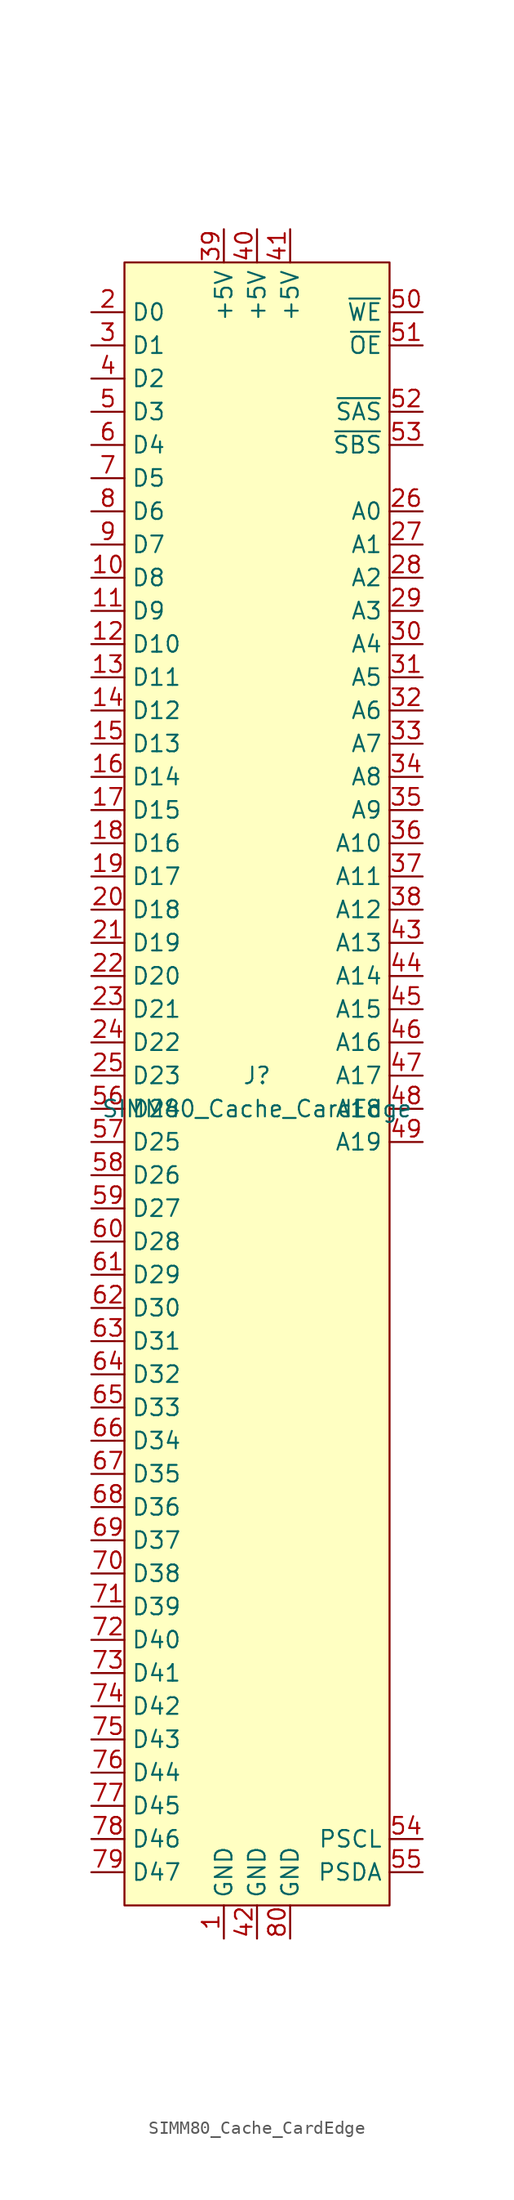
<source format=kicad_sym>
(kicad_symbol_lib
  (version 20220914)
  (generator kicad_symbol_editor)
  (symbol "SIMM80_Cache_CardEdge"
    (property "Reference" "J"
      (at 0 1.27 0)
      (effects (font (size 1.27 1.27))))
    (property "Value" "SIMM80_Cache_CardEdge"
      (at 0 -1.27 0)
      (effects (font (size 1.27 1.27))))
    (symbol "SIMM80_Cache_CardEdge_0_0"
      (pin power_out line (at -2.54 -64.77 90) (length 2.54) (name "GND" (effects (font (size 1.27 1.27)))) (number "1" (effects (font (size 1.27 1.27)))))
      (pin bidirectional line (at -12.7 39.37 0) (length 2.54) (name "D8" (effects (font (size 1.27 1.27)))) (number "10" (effects (font (size 1.27 1.27)))))
      (pin bidirectional line (at -12.7 36.83 0) (length 2.54) (name "D9" (effects (font (size 1.27 1.27)))) (number "11" (effects (font (size 1.27 1.27)))))
      (pin bidirectional line (at -12.7 34.29 0) (length 2.54) (name "D10" (effects (font (size 1.27 1.27)))) (number "12" (effects (font (size 1.27 1.27)))))
      (pin bidirectional line (at -12.7 31.75 0) (length 2.54) (name "D11" (effects (font (size 1.27 1.27)))) (number "13" (effects (font (size 1.27 1.27)))))
      (pin bidirectional line (at -12.7 29.21 0) (length 2.54) (name "D12" (effects (font (size 1.27 1.27)))) (number "14" (effects (font (size 1.27 1.27)))))
      (pin bidirectional line (at -12.7 26.67 0) (length 2.54) (name "D13" (effects (font (size 1.27 1.27)))) (number "15" (effects (font (size 1.27 1.27)))))
      (pin bidirectional line (at -12.7 24.13 0) (length 2.54) (name "D14" (effects (font (size 1.27 1.27)))) (number "16" (effects (font (size 1.27 1.27)))))
      (pin bidirectional line (at -12.7 21.59 0) (length 2.54) (name "D15" (effects (font (size 1.27 1.27)))) (number "17" (effects (font (size 1.27 1.27)))))
      (pin bidirectional line (at -12.7 19.05 0) (length 2.54) (name "D16" (effects (font (size 1.27 1.27)))) (number "18" (effects (font (size 1.27 1.27)))))
      (pin bidirectional line (at -12.7 16.51 0) (length 2.54) (name "D17" (effects (font (size 1.27 1.27)))) (number "19" (effects (font (size 1.27 1.27)))))
      (pin bidirectional line (at -12.7 59.69 0) (length 2.54) (name "D0" (effects (font (size 1.27 1.27)))) (number "2" (effects (font (size 1.27 1.27)))))
      (pin bidirectional line (at -12.7 13.97 0) (length 2.54) (name "D18" (effects (font (size 1.27 1.27)))) (number "20" (effects (font (size 1.27 1.27)))))
      (pin bidirectional line (at -12.7 11.43 0) (length 2.54) (name "D19" (effects (font (size 1.27 1.27)))) (number "21" (effects (font (size 1.27 1.27)))))
      (pin bidirectional line (at -12.7 8.89 0) (length 2.54) (name "D20" (effects (font (size 1.27 1.27)))) (number "22" (effects (font (size 1.27 1.27)))))
      (pin bidirectional line (at -12.7 6.35 0) (length 2.54) (name "D21" (effects (font (size 1.27 1.27)))) (number "23" (effects (font (size 1.27 1.27)))))
      (pin bidirectional line (at -12.7 3.81 0) (length 2.54) (name "D22" (effects (font (size 1.27 1.27)))) (number "24" (effects (font (size 1.27 1.27)))))
      (pin bidirectional line (at -12.7 1.27 0) (length 2.54) (name "D23" (effects (font (size 1.27 1.27)))) (number "25" (effects (font (size 1.27 1.27)))))
      (pin output line (at 12.7 44.45 180) (length 2.54) (name "A0" (effects (font (size 1.27 1.27)))) (number "26" (effects (font (size 1.27 1.27)))))
      (pin output line (at 12.7 41.91 180) (length 2.54) (name "A1" (effects (font (size 1.27 1.27)))) (number "27" (effects (font (size 1.27 1.27)))))
      (pin output line (at 12.7 39.37 180) (length 2.54) (name "A2" (effects (font (size 1.27 1.27)))) (number "28" (effects (font (size 1.27 1.27)))))
      (pin output line (at 12.7 36.83 180) (length 2.54) (name "A3" (effects (font (size 1.27 1.27)))) (number "29" (effects (font (size 1.27 1.27)))))
      (pin bidirectional line (at -12.7 57.15 0) (length 2.54) (name "D1" (effects (font (size 1.27 1.27)))) (number "3" (effects (font (size 1.27 1.27)))))
      (pin output line (at 12.7 34.29 180) (length 2.54) (name "A4" (effects (font (size 1.27 1.27)))) (number "30" (effects (font (size 1.27 1.27)))))
      (pin output line (at 12.7 31.75 180) (length 2.54) (name "A5" (effects (font (size 1.27 1.27)))) (number "31" (effects (font (size 1.27 1.27)))))
      (pin output line (at 12.7 29.21 180) (length 2.54) (name "A6" (effects (font (size 1.27 1.27)))) (number "32" (effects (font (size 1.27 1.27)))))
      (pin output line (at 12.7 26.67 180) (length 2.54) (name "A7" (effects (font (size 1.27 1.27)))) (number "33" (effects (font (size 1.27 1.27)))))
      (pin output line (at 12.7 24.13 180) (length 2.54) (name "A8" (effects (font (size 1.27 1.27)))) (number "34" (effects (font (size 1.27 1.27)))))
      (pin output line (at 12.7 21.59 180) (length 2.54) (name "A9" (effects (font (size 1.27 1.27)))) (number "35" (effects (font (size 1.27 1.27)))))
      (pin output line (at 12.7 19.05 180) (length 2.54) (name "A10" (effects (font (size 1.27 1.27)))) (number "36" (effects (font (size 1.27 1.27)))))
      (pin output line (at 12.7 16.51 180) (length 2.54) (name "A11" (effects (font (size 1.27 1.27)))) (number "37" (effects (font (size 1.27 1.27)))))
      (pin output line (at 12.7 13.97 180) (length 2.54) (name "A12" (effects (font (size 1.27 1.27)))) (number "38" (effects (font (size 1.27 1.27)))))
      (pin power_out line (at -2.54 66.04 270) (length 2.54) (name "+5V" (effects (font (size 1.27 1.27)))) (number "39" (effects (font (size 1.27 1.27)))))
      (pin bidirectional line (at -12.7 54.61 0) (length 2.54) (name "D2" (effects (font (size 1.27 1.27)))) (number "4" (effects (font (size 1.27 1.27)))))
      (pin power_out line (at 0 66.04 270) (length 2.54) (name "+5V" (effects (font (size 1.27 1.27)))) (number "40" (effects (font (size 1.27 1.27)))))
      (pin power_out line (at 2.54 66.04 270) (length 2.54) (name "+5V" (effects (font (size 1.27 1.27)))) (number "41" (effects (font (size 1.27 1.27)))))
      (pin power_in line (at 0 -64.77 90) (length 2.54) (name "GND" (effects (font (size 1.27 1.27)))) (number "42" (effects (font (size 1.27 1.27)))))
      (pin output line (at 12.7 11.43 180) (length 2.54) (name "A13" (effects (font (size 1.27 1.27)))) (number "43" (effects (font (size 1.27 1.27)))))
      (pin bidirectional line (at -12.7 52.07 0) (length 2.54) (name "D3" (effects (font (size 1.27 1.27)))) (number "5" (effects (font (size 1.27 1.27)))))
      (pin bidirectional line (at -12.7 -1.27 0) (length 2.54) (name "D24" (effects (font (size 1.27 1.27)))) (number "56" (effects (font (size 1.27 1.27)))))
      (pin bidirectional line (at -12.7 -3.81 0) (length 2.54) (name "D25" (effects (font (size 1.27 1.27)))) (number "57" (effects (font (size 1.27 1.27)))))
      (pin bidirectional line (at -12.7 -6.35 0) (length 2.54) (name "D26" (effects (font (size 1.27 1.27)))) (number "58" (effects (font (size 1.27 1.27)))))
      (pin bidirectional line (at -12.7 -8.89 0) (length 2.54) (name "D27" (effects (font (size 1.27 1.27)))) (number "59" (effects (font (size 1.27 1.27)))))
      (pin bidirectional line (at -12.7 49.53 0) (length 2.54) (name "D4" (effects (font (size 1.27 1.27)))) (number "6" (effects (font (size 1.27 1.27)))))
      (pin bidirectional line (at -12.7 -11.43 0) (length 2.54) (name "D28" (effects (font (size 1.27 1.27)))) (number "60" (effects (font (size 1.27 1.27)))))
      (pin bidirectional line (at -12.7 -13.97 0) (length 2.54) (name "D29" (effects (font (size 1.27 1.27)))) (number "61" (effects (font (size 1.27 1.27)))))
      (pin bidirectional line (at -12.7 -16.51 0) (length 2.54) (name "D30" (effects (font (size 1.27 1.27)))) (number "62" (effects (font (size 1.27 1.27)))))
      (pin bidirectional line (at -12.7 -19.05 0) (length 2.54) (name "D31" (effects (font (size 1.27 1.27)))) (number "63" (effects (font (size 1.27 1.27)))))
      (pin bidirectional line (at -12.7 -21.59 0) (length 2.54) (name "D32" (effects (font (size 1.27 1.27)))) (number "64" (effects (font (size 1.27 1.27)))))
      (pin bidirectional line (at -12.7 -24.13 0) (length 2.54) (name "D33" (effects (font (size 1.27 1.27)))) (number "65" (effects (font (size 1.27 1.27)))))
      (pin bidirectional line (at -12.7 -26.67 0) (length 2.54) (name "D34" (effects (font (size 1.27 1.27)))) (number "66" (effects (font (size 1.27 1.27)))))
      (pin bidirectional line (at -12.7 -29.21 0) (length 2.54) (name "D35" (effects (font (size 1.27 1.27)))) (number "67" (effects (font (size 1.27 1.27)))))
      (pin bidirectional line (at -12.7 -31.75 0) (length 2.54) (name "D36" (effects (font (size 1.27 1.27)))) (number "68" (effects (font (size 1.27 1.27)))))
      (pin bidirectional line (at -12.7 -34.29 0) (length 2.54) (name "D37" (effects (font (size 1.27 1.27)))) (number "69" (effects (font (size 1.27 1.27)))))
      (pin bidirectional line (at -12.7 46.99 0) (length 2.54) (name "D5" (effects (font (size 1.27 1.27)))) (number "7" (effects (font (size 1.27 1.27)))))
      (pin bidirectional line (at -12.7 -36.83 0) (length 2.54) (name "D38" (effects (font (size 1.27 1.27)))) (number "70" (effects (font (size 1.27 1.27)))))
      (pin bidirectional line (at -12.7 -39.37 0) (length 2.54) (name "D39" (effects (font (size 1.27 1.27)))) (number "71" (effects (font (size 1.27 1.27)))))
      (pin bidirectional line (at -12.7 -41.91 0) (length 2.54) (name "D40" (effects (font (size 1.27 1.27)))) (number "72" (effects (font (size 1.27 1.27)))))
      (pin bidirectional line (at -12.7 -44.45 0) (length 2.54) (name "D41" (effects (font (size 1.27 1.27)))) (number "73" (effects (font (size 1.27 1.27)))))
      (pin bidirectional line (at -12.7 -46.99 0) (length 2.54) (name "D42" (effects (font (size 1.27 1.27)))) (number "74" (effects (font (size 1.27 1.27)))))
      (pin bidirectional line (at -12.7 -49.53 0) (length 2.54) (name "D43" (effects (font (size 1.27 1.27)))) (number "75" (effects (font (size 1.27 1.27)))))
      (pin bidirectional line (at -12.7 -52.07 0) (length 2.54) (name "D44" (effects (font (size 1.27 1.27)))) (number "76" (effects (font (size 1.27 1.27)))))
      (pin bidirectional line (at -12.7 -54.61 0) (length 2.54) (name "D45" (effects (font (size 1.27 1.27)))) (number "77" (effects (font (size 1.27 1.27)))))
      (pin bidirectional line (at -12.7 -57.15 0) (length 2.54) (name "D46" (effects (font (size 1.27 1.27)))) (number "78" (effects (font (size 1.27 1.27)))))
      (pin bidirectional line (at -12.7 -59.69 0) (length 2.54) (name "D47" (effects (font (size 1.27 1.27)))) (number "79" (effects (font (size 1.27 1.27)))))
      (pin bidirectional line (at -12.7 44.45 0) (length 2.54) (name "D6" (effects (font (size 1.27 1.27)))) (number "8" (effects (font (size 1.27 1.27)))))
      (pin bidirectional line (at -12.7 41.91 0) (length 2.54) (name "D7" (effects (font (size 1.27 1.27)))) (number "9" (effects (font (size 1.27 1.27))))))
    (symbol "SIMM80_Cache_CardEdge_1_0"
      (pin output line (at 12.7 8.89 180) (length 2.54) (name "A14" (effects (font (size 1.27 1.27)))) (number "44" (effects (font (size 1.27 1.27)))))
      (pin output line (at 12.7 6.35 180) (length 2.54) (name "A15" (effects (font (size 1.27 1.27)))) (number "45" (effects (font (size 1.27 1.27)))))
      (pin output line (at 12.7 3.81 180) (length 2.54) (name "A16" (effects (font (size 1.27 1.27)))) (number "46" (effects (font (size 1.27 1.27)))))
      (pin output line (at 12.7 1.27 180) (length 2.54) (name "A17" (effects (font (size 1.27 1.27)))) (number "47" (effects (font (size 1.27 1.27)))))
      (pin output line (at 12.7 -1.27 180) (length 2.54) (name "A18" (effects (font (size 1.27 1.27)))) (number "48" (effects (font (size 1.27 1.27)))))
      (pin output line (at 12.7 -3.81 180) (length 2.54) (name "A19" (effects (font (size 1.27 1.27)))) (number "49" (effects (font (size 1.27 1.27)))))
      (pin bidirectional line (at 12.7 59.69 180) (length 2.54) (name "~{WE}" (effects (font (size 1.27 1.27)))) (number "50" (effects (font (size 1.27 1.27)))))
      (pin output line (at 12.7 57.15 180) (length 2.54) (name "~{OE}" (effects (font (size 1.27 1.27)))) (number "51" (effects (font (size 1.27 1.27)))))
      (pin output line (at 12.7 52.07 180) (length 2.54) (name "~{SAS}" (effects (font (size 1.27 1.27)))) (number "52" (effects (font (size 1.27 1.27)))))
      (pin output line (at 12.7 49.53 180) (length 2.54) (name "~{SBS}" (effects (font (size 1.27 1.27)))) (number "53" (effects (font (size 1.27 1.27)))))
      (pin output line (at 12.7 -57.15 180) (length 2.54) (name "PSCL" (effects (font (size 1.27 1.27)))) (number "54" (effects (font (size 1.27 1.27)))))
      (pin bidirectional line (at 12.7 -59.69 180) (length 2.54) (name "PSDA" (effects (font (size 1.27 1.27)))) (number "55" (effects (font (size 1.27 1.27)))))
      (pin power_out line (at 2.54 -64.77 90) (length 2.54) (name "GND" (effects (font (size 1.27 1.27)))) (number "80" (effects (font (size 1.27 1.27))))))
    (symbol "SIMM80_Cache_CardEdge_1_1"
      (rectangle (start -10.16 63.5) (end 10.16 -62.23) (stroke (width 0) (type default)) (fill (type background))))))
</source>
